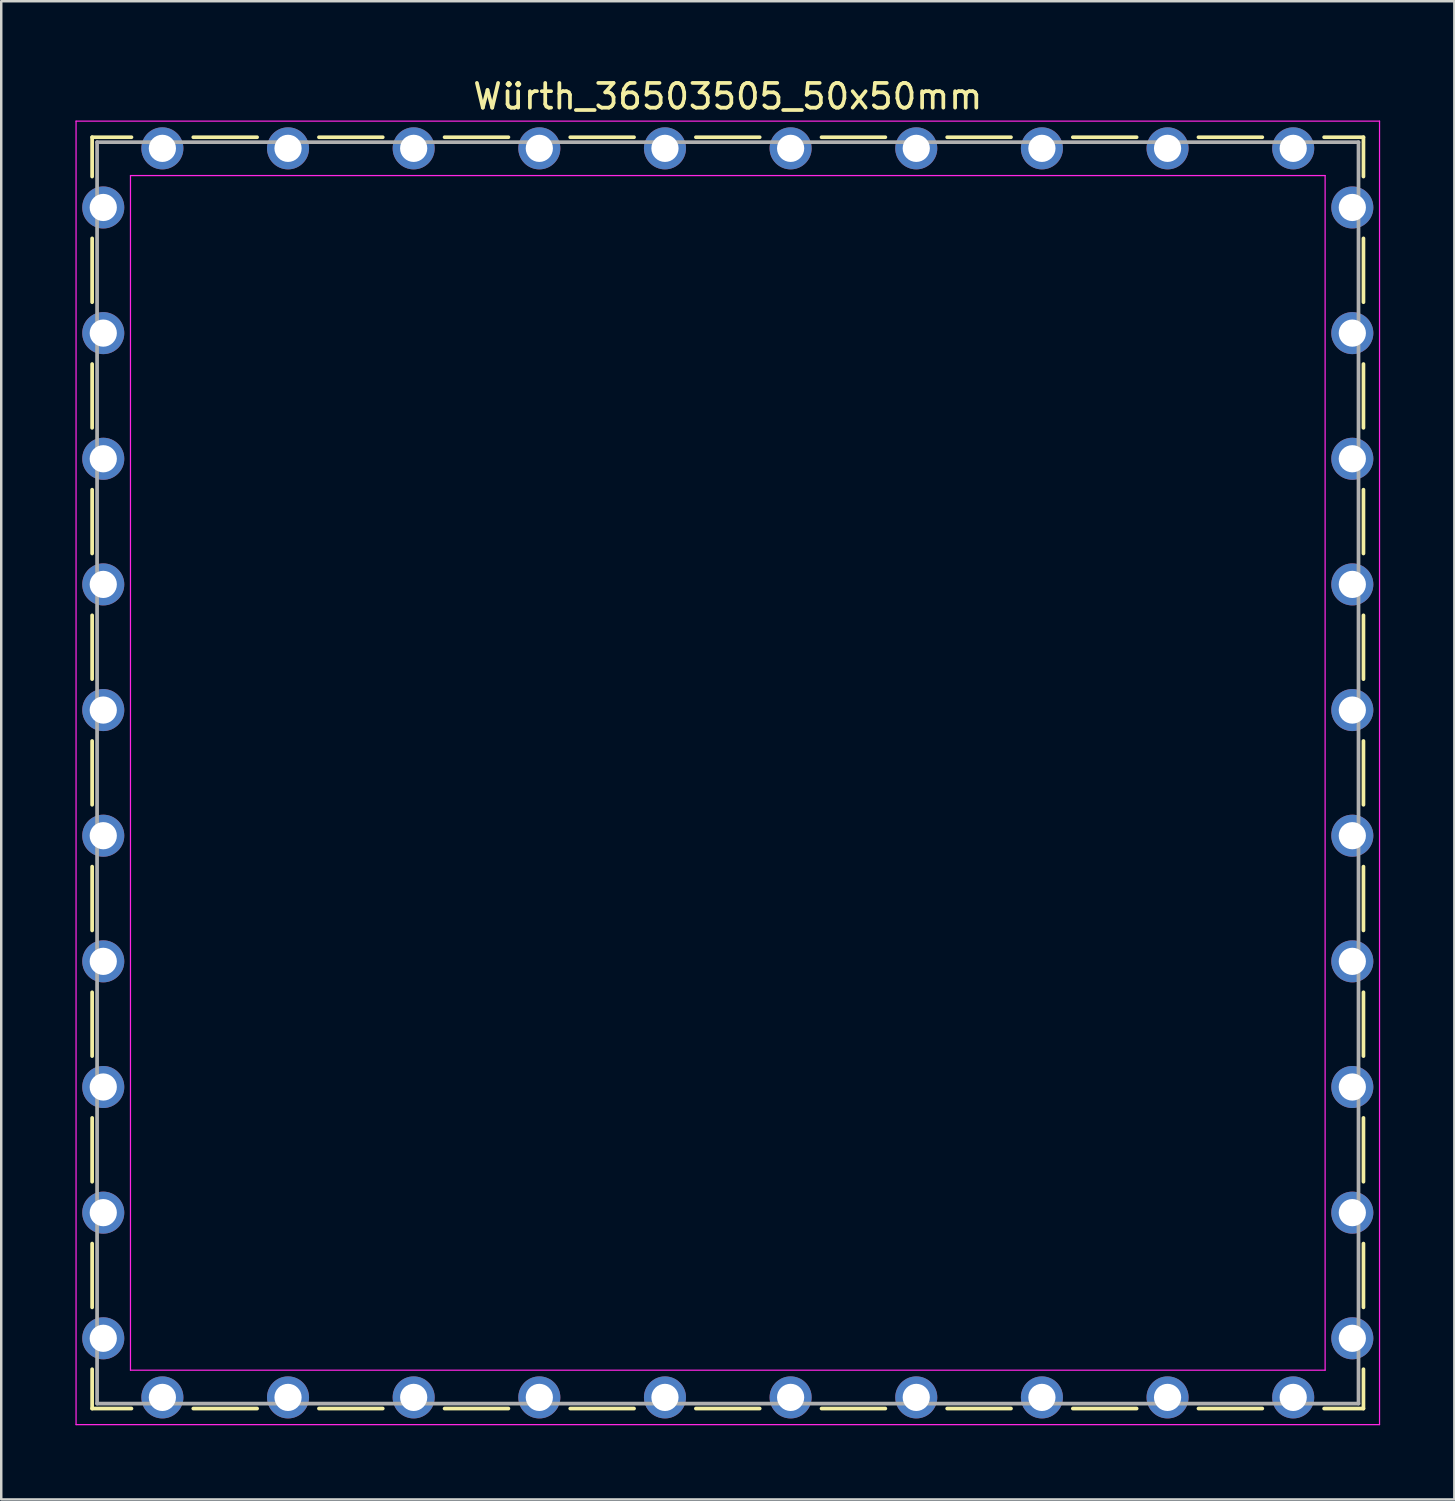
<source format=kicad_pcb>
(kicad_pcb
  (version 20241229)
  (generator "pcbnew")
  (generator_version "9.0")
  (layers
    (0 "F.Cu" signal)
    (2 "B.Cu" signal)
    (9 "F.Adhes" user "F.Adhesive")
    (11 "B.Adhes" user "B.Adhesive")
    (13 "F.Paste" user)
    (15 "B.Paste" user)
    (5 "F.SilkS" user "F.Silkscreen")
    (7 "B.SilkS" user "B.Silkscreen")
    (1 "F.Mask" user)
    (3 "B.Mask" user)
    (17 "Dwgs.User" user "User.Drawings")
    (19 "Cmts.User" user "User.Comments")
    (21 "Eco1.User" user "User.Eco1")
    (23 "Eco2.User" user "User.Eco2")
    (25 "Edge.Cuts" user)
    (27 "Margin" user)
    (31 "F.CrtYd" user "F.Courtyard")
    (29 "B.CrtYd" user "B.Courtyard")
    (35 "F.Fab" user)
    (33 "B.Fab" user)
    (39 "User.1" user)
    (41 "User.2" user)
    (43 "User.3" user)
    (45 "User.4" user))
  (footprint "Würth_36503505_50x50mm"
    (layer "F.Cu")
    (at 26.375 28.198)
    (property "Reference" "Würth_36503505_50x50mm" (at 0 -27.35 0) (layer "F.SilkS") (effects (font (size 1 1) (thickness 0.15))))
    (attr through_hole)
    (fp_line (start -25.7 -25.7) (end -24.11 -25.7) (stroke (width 0.15) (type solid)) (layer "F.SilkS"))
    (fp_line (start -25.7 -24.11) (end -25.7 -25.7) (stroke (width 0.15) (type solid)) (layer "F.SilkS"))
    (fp_line (start -25.7 -19.03) (end -25.7 -21.61) (stroke (width 0.15) (type solid)) (layer "F.SilkS"))
    (fp_line (start -25.7 -13.95) (end -25.7 -16.53) (stroke (width 0.15) (type solid)) (layer "F.SilkS"))
    (fp_line (start -25.7 -8.87) (end -25.7 -11.45) (stroke (width 0.15) (type solid)) (layer "F.SilkS"))
    (fp_line (start -25.7 -3.79) (end -25.7 -6.37) (stroke (width 0.15) (type solid)) (layer "F.SilkS"))
    (fp_line (start -25.7 -1.29) (end -25.7 1.29) (stroke (width 0.15) (type solid)) (layer "F.SilkS"))
    (fp_line (start -25.7 3.79) (end -25.7 6.37) (stroke (width 0.15) (type solid)) (layer "F.SilkS"))
    (fp_line (start -25.7 8.87) (end -25.7 11.45) (stroke (width 0.15) (type solid)) (layer "F.SilkS"))
    (fp_line (start -25.7 13.95) (end -25.7 16.53) (stroke (width 0.15) (type solid)) (layer "F.SilkS"))
    (fp_line (start -25.7 19.03) (end -25.7 21.61) (stroke (width 0.15) (type solid)) (layer "F.SilkS"))
    (fp_line (start -25.7 24.11) (end -25.7 25.7) (stroke (width 0.15) (type solid)) (layer "F.SilkS"))
    (fp_line (start -25.7 25.7) (end -24.11 25.7) (stroke (width 0.15) (type solid)) (layer "F.SilkS"))
    (fp_line (start -19.03 -25.7) (end -21.61 -25.7) (stroke (width 0.15) (type solid)) (layer "F.SilkS"))
    (fp_line (start -19.03 25.7) (end -21.61 25.7) (stroke (width 0.15) (type solid)) (layer "F.SilkS"))
    (fp_line (start -13.95 -25.7) (end -16.53 -25.7) (stroke (width 0.15) (type solid)) (layer "F.SilkS"))
    (fp_line (start -13.95 25.7) (end -16.53 25.7) (stroke (width 0.15) (type solid)) (layer "F.SilkS"))
    (fp_line (start -8.87 -25.7) (end -11.45 -25.7) (stroke (width 0.15) (type solid)) (layer "F.SilkS"))
    (fp_line (start -8.87 25.7) (end -11.45 25.7) (stroke (width 0.15) (type solid)) (layer "F.SilkS"))
    (fp_line (start -3.79 -25.7) (end -6.37 -25.7) (stroke (width 0.15) (type solid)) (layer "F.SilkS"))
    (fp_line (start -3.79 25.7) (end -6.37 25.7) (stroke (width 0.15) (type solid)) (layer "F.SilkS"))
    (fp_line (start 1.29 -25.7) (end -1.29 -25.7) (stroke (width 0.15) (type solid)) (layer "F.SilkS"))
    (fp_line (start 1.29 25.7) (end -1.29 25.7) (stroke (width 0.15) (type solid)) (layer "F.SilkS"))
    (fp_line (start 3.79 -25.7) (end 6.37 -25.7) (stroke (width 0.15) (type solid)) (layer "F.SilkS"))
    (fp_line (start 3.79 25.7) (end 6.37 25.7) (stroke (width 0.15) (type solid)) (layer "F.SilkS"))
    (fp_line (start 8.87 -25.7) (end 11.45 -25.7) (stroke (width 0.15) (type solid)) (layer "F.SilkS"))
    (fp_line (start 8.87 25.7) (end 11.45 25.7) (stroke (width 0.15) (type solid)) (layer "F.SilkS"))
    (fp_line (start 13.95 -25.7) (end 16.53 -25.7) (stroke (width 0.15) (type solid)) (layer "F.SilkS"))
    (fp_line (start 13.95 25.7) (end 16.53 25.7) (stroke (width 0.15) (type solid)) (layer "F.SilkS"))
    (fp_line (start 19.03 -25.7) (end 21.61 -25.7) (stroke (width 0.15) (type solid)) (layer "F.SilkS"))
    (fp_line (start 19.03 25.7) (end 21.61 25.7) (stroke (width 0.15) (type solid)) (layer "F.SilkS"))
    (fp_line (start 25.7 -25.7) (end 24.11 -25.7) (stroke (width 0.15) (type solid)) (layer "F.SilkS"))
    (fp_line (start 25.7 -24.11) (end 25.7 -25.7) (stroke (width 0.15) (type solid)) (layer "F.SilkS"))
    (fp_line (start 25.7 -19.03) (end 25.7 -21.61) (stroke (width 0.15) (type solid)) (layer "F.SilkS"))
    (fp_line (start 25.7 -13.95) (end 25.7 -16.53) (stroke (width 0.15) (type solid)) (layer "F.SilkS"))
    (fp_line (start 25.7 -8.87) (end 25.7 -11.45) (stroke (width 0.15) (type solid)) (layer "F.SilkS"))
    (fp_line (start 25.7 -3.79) (end 25.7 -6.37) (stroke (width 0.15) (type solid)) (layer "F.SilkS"))
    (fp_line (start 25.7 1.29) (end 25.7 -1.29) (stroke (width 0.15) (type solid)) (layer "F.SilkS"))
    (fp_line (start 25.7 3.79) (end 25.7 6.37) (stroke (width 0.15) (type solid)) (layer "F.SilkS"))
    (fp_line (start 25.7 8.87) (end 25.7 11.45) (stroke (width 0.15) (type solid)) (layer "F.SilkS"))
    (fp_line (start 25.7 13.95) (end 25.7 16.53) (stroke (width 0.15) (type solid)) (layer "F.SilkS"))
    (fp_line (start 25.7 19.03) (end 25.7 21.61) (stroke (width 0.15) (type solid)) (layer "F.SilkS"))
    (fp_line (start 25.7 24.11) (end 25.7 25.7) (stroke (width 0.15) (type solid)) (layer "F.SilkS"))
    (fp_line (start 25.7 25.7) (end 24.11 25.7) (stroke (width 0.15) (type solid)) (layer "F.SilkS"))
    (fp_line (start -26.35 -26.35) (end -26.35 26.35) (stroke (width 0.05) (type solid)) (layer "F.CrtYd"))
    (fp_line (start -26.35 26.35) (end 26.35 26.35) (stroke (width 0.05) (type solid)) (layer "F.CrtYd"))
    (fp_line (start -24.15 -24.15) (end -24.15 24.15) (stroke (width 0.05) (type solid)) (layer "F.CrtYd"))
    (fp_line (start -24.15 24.15) (end 24.15 24.15) (stroke (width 0.05) (type solid)) (layer "F.CrtYd"))
    (fp_line (start 24.15 -24.15) (end -24.15 -24.15) (stroke (width 0.05) (type solid)) (layer "F.CrtYd"))
    (fp_line (start 24.15 24.15) (end 24.15 -24.15) (stroke (width 0.05) (type solid)) (layer "F.CrtYd"))
    (fp_line (start 26.35 -26.35) (end -26.35 -26.35) (stroke (width 0.05) (type solid)) (layer "F.CrtYd"))
    (fp_line (start 26.35 26.35) (end 26.35 -26.35) (stroke (width 0.05) (type solid)) (layer "F.CrtYd"))
    (fp_line (start -25.5 -25.5) (end -25.5 25.5) (stroke (width 0.15) (type solid)) (layer "F.Fab"))
    (fp_line (start -25.5 25.5) (end 25.5 25.5) (stroke (width 0.15) (type solid)) (layer "F.Fab"))
    (fp_line (start 25.5 -25.5) (end -25.5 -25.5) (stroke (width 0.15) (type solid)) (layer "F.Fab"))
    (fp_line (start 25.5 25.5) (end 25.5 -25.5) (stroke (width 0.15) (type solid)) (layer "F.Fab"))
    (pad "1" thru_hole circle (at -25.25 -22.86) (size 1.7 1.7) (drill 1.1) (layers "*.Cu" "*.Mask"))
    (pad "1" thru_hole circle (at -25.25 -17.78) (size 1.7 1.7) (drill 1.1) (layers "*.Cu" "*.Mask"))
    (pad "1" thru_hole circle (at -25.25 -12.7) (size 1.7 1.7) (drill 1.1) (layers "*.Cu" "*.Mask"))
    (pad "1" thru_hole circle (at -25.25 -7.62) (size 1.7 1.7) (drill 1.1) (layers "*.Cu" "*.Mask"))
    (pad "1" thru_hole circle (at -25.25 -2.54) (size 1.7 1.7) (drill 1.1) (layers "*.Cu" "*.Mask"))
    (pad "1" thru_hole circle (at -25.25 2.54) (size 1.7 1.7) (drill 1.1) (layers "*.Cu" "*.Mask"))
    (pad "1" thru_hole circle (at -25.25 7.62) (size 1.7 1.7) (drill 1.1) (layers "*.Cu" "*.Mask"))
    (pad "1" thru_hole circle (at -25.25 12.7) (size 1.7 1.7) (drill 1.1) (layers "*.Cu" "*.Mask"))
    (pad "1" thru_hole circle (at -25.25 17.78) (size 1.7 1.7) (drill 1.1) (layers "*.Cu" "*.Mask"))
    (pad "1" thru_hole circle (at -25.25 22.86) (size 1.7 1.7) (drill 1.1) (layers "*.Cu" "*.Mask"))
    (pad "1" thru_hole circle (at -22.86 -25.25) (size 1.7 1.7) (drill 1.1) (layers "*.Cu" "*.Mask"))
    (pad "1" thru_hole circle (at -22.86 25.25) (size 1.7 1.7) (drill 1.1) (layers "*.Cu" "*.Mask"))
    (pad "1" thru_hole circle (at -17.78 -25.25) (size 1.7 1.7) (drill 1.1) (layers "*.Cu" "*.Mask"))
    (pad "1" thru_hole circle (at -17.78 25.25) (size 1.7 1.7) (drill 1.1) (layers "*.Cu" "*.Mask"))
    (pad "1" thru_hole circle (at -12.7 -25.25) (size 1.7 1.7) (drill 1.1) (layers "*.Cu" "*.Mask"))
    (pad "1" thru_hole circle (at -12.7 25.25) (size 1.7 1.7) (drill 1.1) (layers "*.Cu" "*.Mask"))
    (pad "1" thru_hole circle (at -7.62 -25.25) (size 1.7 1.7) (drill 1.1) (layers "*.Cu" "*.Mask"))
    (pad "1" thru_hole circle (at -7.62 25.25) (size 1.7 1.7) (drill 1.1) (layers "*.Cu" "*.Mask"))
    (pad "1" thru_hole circle (at -2.54 -25.25) (size 1.7 1.7) (drill 1.1) (layers "*.Cu" "*.Mask"))
    (pad "1" thru_hole circle (at -2.54 25.25) (size 1.7 1.7) (drill 1.1) (layers "*.Cu" "*.Mask"))
    (pad "1" thru_hole circle (at 2.54 -25.25) (size 1.7 1.7) (drill 1.1) (layers "*.Cu" "*.Mask"))
    (pad "1" thru_hole circle (at 2.54 25.25) (size 1.7 1.7) (drill 1.1) (layers "*.Cu" "*.Mask"))
    (pad "1" thru_hole circle (at 7.62 -25.25) (size 1.7 1.7) (drill 1.1) (layers "*.Cu" "*.Mask"))
    (pad "1" thru_hole circle (at 7.62 25.25) (size 1.7 1.7) (drill 1.1) (layers "*.Cu" "*.Mask"))
    (pad "1" thru_hole circle (at 12.7 -25.25) (size 1.7 1.7) (drill 1.1) (layers "*.Cu" "*.Mask"))
    (pad "1" thru_hole circle (at 12.7 25.25) (size 1.7 1.7) (drill 1.1) (layers "*.Cu" "*.Mask"))
    (pad "1" thru_hole circle (at 17.78 -25.25) (size 1.7 1.7) (drill 1.1) (layers "*.Cu" "*.Mask"))
    (pad "1" thru_hole circle (at 17.78 25.25) (size 1.7 1.7) (drill 1.1) (layers "*.Cu" "*.Mask"))
    (pad "1" thru_hole circle (at 22.86 -25.25) (size 1.7 1.7) (drill 1.1) (layers "*.Cu" "*.Mask"))
    (pad "1" thru_hole circle (at 22.86 25.25) (size 1.7 1.7) (drill 1.1) (layers "*.Cu" "*.Mask"))
    (pad "1" thru_hole circle (at 25.25 -22.86) (size 1.7 1.7) (drill 1.1) (layers "*.Cu" "*.Mask"))
    (pad "1" thru_hole circle (at 25.25 -17.78) (size 1.7 1.7) (drill 1.1) (layers "*.Cu" "*.Mask"))
    (pad "1" thru_hole circle (at 25.25 -12.7) (size 1.7 1.7) (drill 1.1) (layers "*.Cu" "*.Mask"))
    (pad "1" thru_hole circle (at 25.25 -7.62) (size 1.7 1.7) (drill 1.1) (layers "*.Cu" "*.Mask"))
    (pad "1" thru_hole circle (at 25.25 -2.54) (size 1.7 1.7) (drill 1.1) (layers "*.Cu" "*.Mask"))
    (pad "1" thru_hole circle (at 25.25 2.54) (size 1.7 1.7) (drill 1.1) (layers "*.Cu" "*.Mask"))
    (pad "1" thru_hole circle (at 25.25 7.62) (size 1.7 1.7) (drill 1.1) (layers "*.Cu" "*.Mask"))
    (pad "1" thru_hole circle (at 25.25 12.7) (size 1.7 1.7) (drill 1.1) (layers "*.Cu" "*.Mask"))
    (pad "1" thru_hole circle (at 25.25 17.78) (size 1.7 1.7) (drill 1.1) (layers "*.Cu" "*.Mask"))
    (pad "1" thru_hole circle (at 25.25 22.86) (size 1.7 1.7) (drill 1.1) (layers "*.Cu" "*.Mask")))
  (gr_rect
    (start -3 -3)
    (end 55.75 57.573)
    (stroke (width 0.1) (type default))
    (fill no)
    (layer "Edge.Cuts")))
</source>
